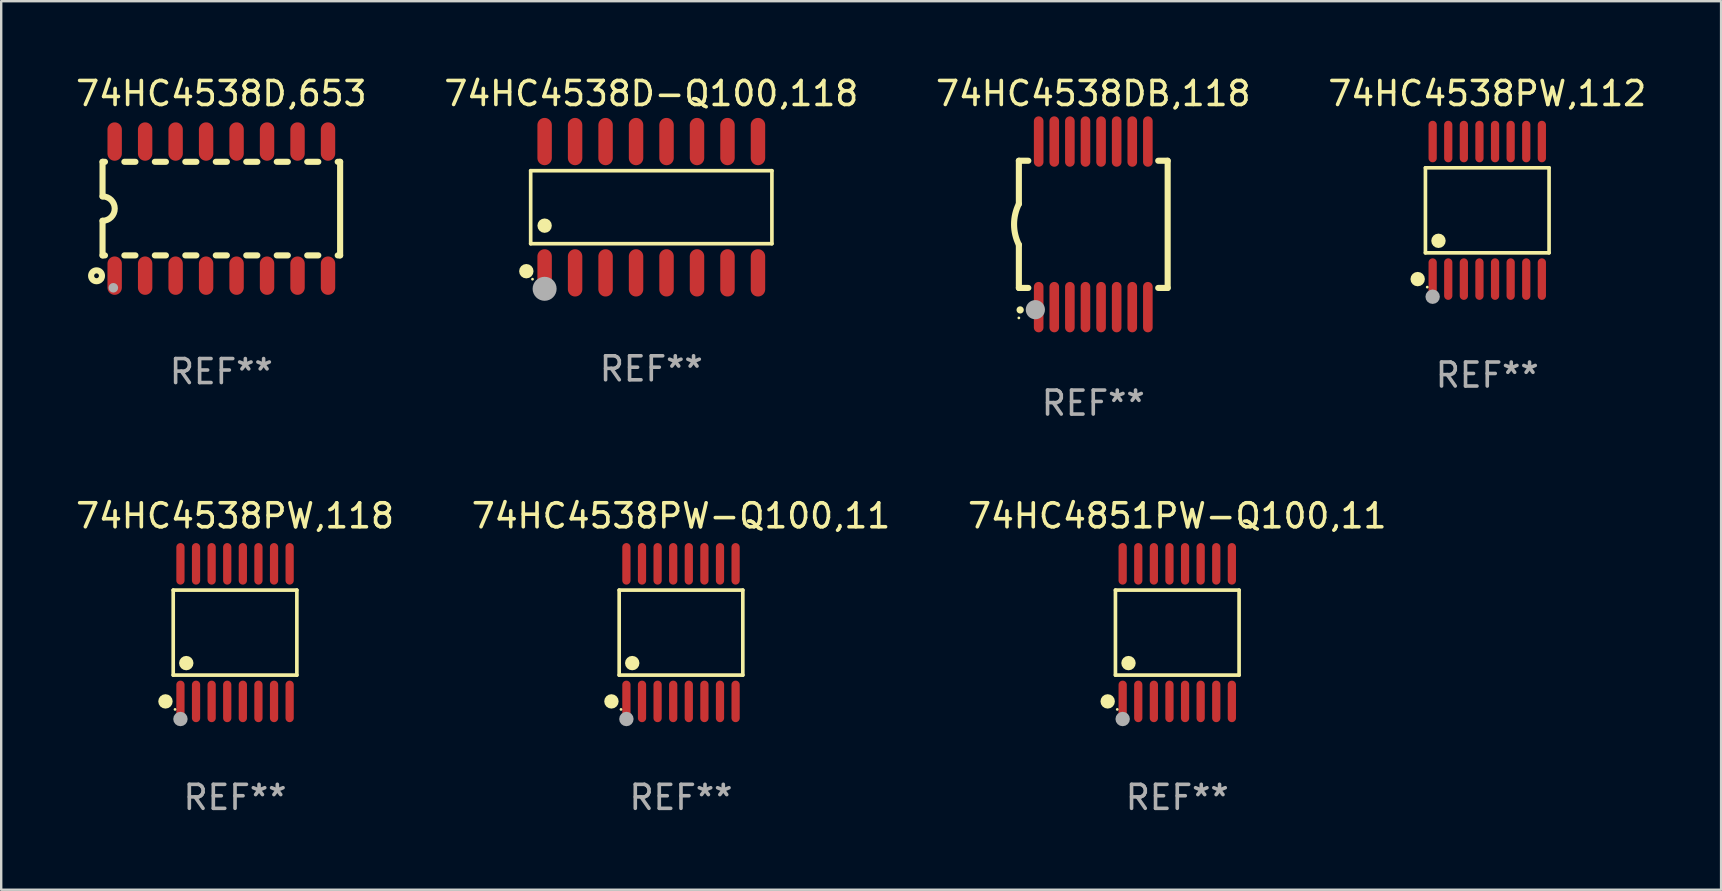
<source format=kicad_pcb>
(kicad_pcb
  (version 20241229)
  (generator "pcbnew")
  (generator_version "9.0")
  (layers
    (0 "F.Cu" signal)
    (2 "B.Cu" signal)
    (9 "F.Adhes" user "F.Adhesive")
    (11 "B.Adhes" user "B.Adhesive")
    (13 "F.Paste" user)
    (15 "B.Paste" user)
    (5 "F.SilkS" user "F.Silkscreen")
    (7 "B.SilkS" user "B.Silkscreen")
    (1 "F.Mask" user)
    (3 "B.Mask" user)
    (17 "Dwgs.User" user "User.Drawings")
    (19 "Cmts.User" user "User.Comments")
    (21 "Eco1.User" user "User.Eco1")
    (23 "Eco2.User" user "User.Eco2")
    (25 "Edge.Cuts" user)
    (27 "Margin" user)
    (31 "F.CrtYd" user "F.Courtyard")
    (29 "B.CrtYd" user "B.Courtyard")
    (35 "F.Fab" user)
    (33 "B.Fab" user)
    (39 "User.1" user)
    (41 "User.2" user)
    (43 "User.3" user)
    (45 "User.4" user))
  (footprint "74HC4538D,653"
    (layer "F.Cu")
    (at 6.173 5.642)
    (property "Reference" "74HC4538D,653" (at 0 -4.794 0) (layer "F.SilkS") (effects (font (size 1 1) (thickness 0.15))))
    (attr through_hole)
    (fp_line (start -4.95 -1.95) (end -4.95 -0.508) (stroke (width 0.254) (type solid)) (layer "F.SilkS"))
    (fp_line (start -4.95 -1.95) (end -4.849 -1.95) (stroke (width 0.254) (type solid)) (layer "F.SilkS"))
    (fp_line (start -4.95 1.95) (end -4.95 0.508) (stroke (width 0.254) (type solid)) (layer "F.SilkS"))
    (fp_line (start -4.95 1.95) (end -4.849 1.95) (stroke (width 0.254) (type solid)) (layer "F.SilkS"))
    (fp_line (start -4.041 -1.95) (end -3.579 -1.95) (stroke (width 0.254) (type solid)) (layer "F.SilkS"))
    (fp_line (start -4.041 1.95) (end -3.579 1.95) (stroke (width 0.254) (type solid)) (layer "F.SilkS"))
    (fp_line (start -2.771 -1.95) (end -2.309 -1.95) (stroke (width 0.254) (type solid)) (layer "F.SilkS"))
    (fp_line (start -2.771 1.95) (end -2.309 1.95) (stroke (width 0.254) (type solid)) (layer "F.SilkS"))
    (fp_line (start -1.501 -1.95) (end -1.039 -1.95) (stroke (width 0.254) (type solid)) (layer "F.SilkS"))
    (fp_line (start -1.501 1.95) (end -1.039 1.95) (stroke (width 0.254) (type solid)) (layer "F.SilkS"))
    (fp_line (start -0.231 -1.95) (end 0.231 -1.95) (stroke (width 0.254) (type solid)) (layer "F.SilkS"))
    (fp_line (start -0.231 1.95) (end 0.231 1.95) (stroke (width 0.254) (type solid)) (layer "F.SilkS"))
    (fp_line (start 1.039 -1.95) (end 1.501 -1.95) (stroke (width 0.254) (type solid)) (layer "F.SilkS"))
    (fp_line (start 1.039 1.95) (end 1.501 1.95) (stroke (width 0.254) (type solid)) (layer "F.SilkS"))
    (fp_line (start 2.309 -1.95) (end 2.771 -1.95) (stroke (width 0.254) (type solid)) (layer "F.SilkS"))
    (fp_line (start 2.309 1.95) (end 2.771 1.95) (stroke (width 0.254) (type solid)) (layer "F.SilkS"))
    (fp_line (start 3.579 -1.95) (end 4.041 -1.95) (stroke (width 0.254) (type solid)) (layer "F.SilkS"))
    (fp_line (start 3.579 1.95) (end 4.041 1.95) (stroke (width 0.254) (type solid)) (layer "F.SilkS"))
    (fp_line (start 4.849 -1.95) (end 4.95 -1.95) (stroke (width 0.254) (type solid)) (layer "F.SilkS"))
    (fp_line (start 4.849 1.95) (end 4.95 1.95) (stroke (width 0.254) (type solid)) (layer "F.SilkS"))
    (fp_line (start 4.95 -1.95) (end 4.95 1.95) (stroke (width 0.254) (type solid)) (layer "F.SilkS"))
    (fp_arc (start -4.95047 -0.508001) (mid -4.442469 -0.000228) (end -4.950013 0.508001) (stroke (width 0.254001) (type solid)) (layer "F.SilkS"))
    (fp_circle (center -5.2 2.8) (end -5.1 2.8) (stroke (width 0.254) (type solid)) (fill no) (layer "F.SilkS"))
    (fp_circle (center -4.95 2.947) (end -4.92 2.947) (stroke (width 0.06) (type solid)) (fill no) (layer "F.SilkS"))
    (fp_circle (center -4.5 3.3) (end -4.4 3.3) (stroke (width 0.2) (type solid)) (fill no) (layer "F.Fab"))
    (fp_text user "REF**" (at 0 6.794 0) (layer "F.Fab") (effects (font (size 1 1) (thickness 0.15))))
    (pad "1" smd oval (at -4.445 2.794) (size 0.6 1.6) (layers "F.Cu" "F.Mask" "F.Paste"))
    (pad "2" smd oval (at -3.175 2.794) (size 0.6 1.6) (layers "F.Cu" "F.Mask" "F.Paste"))
    (pad "3" smd oval (at -1.905 2.794) (size 0.6 1.6) (layers "F.Cu" "F.Mask" "F.Paste"))
    (pad "4" smd oval (at -0.635 2.794) (size 0.6 1.6) (layers "F.Cu" "F.Mask" "F.Paste"))
    (pad "5" smd oval (at 0.635 2.794) (size 0.6 1.6) (layers "F.Cu" "F.Mask" "F.Paste"))
    (pad "6" smd oval (at 1.905 2.794) (size 0.6 1.6) (layers "F.Cu" "F.Mask" "F.Paste"))
    (pad "7" smd oval (at 3.175 2.794) (size 0.6 1.6) (layers "F.Cu" "F.Mask" "F.Paste"))
    (pad "8" smd oval (at 4.445 2.794) (size 0.6 1.6) (layers "F.Cu" "F.Mask" "F.Paste"))
    (pad "9" smd oval (at 4.445 -2.794) (size 0.6 1.6) (layers "F.Cu" "F.Mask" "F.Paste"))
    (pad "10" smd oval (at 3.175 -2.794) (size 0.6 1.6) (layers "F.Cu" "F.Mask" "F.Paste"))
    (pad "11" smd oval (at 1.905 -2.794) (size 0.6 1.6) (layers "F.Cu" "F.Mask" "F.Paste"))
    (pad "12" smd oval (at 0.635 -2.794) (size 0.6 1.6) (layers "F.Cu" "F.Mask" "F.Paste"))
    (pad "13" smd oval (at -0.635 -2.794) (size 0.6 1.6) (layers "F.Cu" "F.Mask" "F.Paste"))
    (pad "14" smd oval (at -1.905 -2.794) (size 0.6 1.6) (layers "F.Cu" "F.Mask" "F.Paste"))
    (pad "15" smd oval (at -3.175 -2.794) (size 0.6 1.6) (layers "F.Cu" "F.Mask" "F.Paste"))
    (pad "16" smd oval (at -4.445 -2.794) (size 0.6 1.6) (layers "F.Cu" "F.Mask" "F.Paste")))
  (footprint "74HC4538DB,118"
    (layer "F.Cu")
    (at 42.506 6.298)
    (property "Reference" "74HC4538DB,118" (at 0 -5.45 0) (layer "F.SilkS") (effects (font (size 1 1) (thickness 0.15))))
    (attr through_hole)
    (fp_line (start -3.1 -2.65) (end -3.1 -0.85) (stroke (width 0.254) (type solid)) (layer "F.SilkS"))
    (fp_line (start -3.1 -2.65) (end -2.706 -2.65) (stroke (width 0.254) (type solid)) (layer "F.SilkS"))
    (fp_line (start -3.1 2.65) (end -3.1 0.85) (stroke (width 0.254) (type solid)) (layer "F.SilkS"))
    (fp_line (start -3.1 2.65) (end -2.706 2.65) (stroke (width 0.254) (type solid)) (layer "F.SilkS"))
    (fp_line (start 2.706 -2.65) (end 3.1 -2.65) (stroke (width 0.254) (type solid)) (layer "F.SilkS"))
    (fp_line (start 2.706 2.65) (end 3.1 2.65) (stroke (width 0.254) (type solid)) (layer "F.SilkS"))
    (fp_line (start 3.1 -2.65) (end 3.1 2.65) (stroke (width 0.254) (type solid)) (layer "F.SilkS"))
    (fp_arc (start -3.098907 0.850902) (mid -3.300057 0.000523) (end -3.1 -0.850114) (stroke (width 0.254001) (type solid)) (layer "F.SilkS"))
    (fp_arc (start -3.048006 3.566066) (mid -3.046736 3.566061) (end -3.045466 3.566066) (stroke (width 0.3) (type solid)) (layer "F.SilkS"))
    (fp_circle (center -3.1 3.9) (end -3.07 3.9) (stroke (width 0.06) (type solid)) (fill no) (layer "F.SilkS"))
    (fp_circle (center -2.413 3.556) (end -2.213 3.556) (stroke (width 0.4) (type solid)) (fill no) (layer "F.Fab"))
    (fp_text user "REF**" (at 0 7.45 0) (layer "F.Fab") (effects (font (size 1 1) (thickness 0.15))))
    (pad "1" smd oval (at -2.275 3.45 180) (size 0.4 2.1) (layers "F.Cu" "F.Mask" "F.Paste"))
    (pad "2" smd oval (at -1.625 3.45 180) (size 0.4 2.1) (layers "F.Cu" "F.Mask" "F.Paste"))
    (pad "3" smd oval (at -0.975 3.45 180) (size 0.4 2.1) (layers "F.Cu" "F.Mask" "F.Paste"))
    (pad "4" smd oval (at -0.325 3.45 180) (size 0.4 2.1) (layers "F.Cu" "F.Mask" "F.Paste"))
    (pad "5" smd oval (at 0.325 3.45 180) (size 0.4 2.1) (layers "F.Cu" "F.Mask" "F.Paste"))
    (pad "6" smd oval (at 0.975 3.45 180) (size 0.4 2.1) (layers "F.Cu" "F.Mask" "F.Paste"))
    (pad "7" smd oval (at 1.625 3.45 180) (size 0.4 2.1) (layers "F.Cu" "F.Mask" "F.Paste"))
    (pad "8" smd oval (at 2.275 3.45 180) (size 0.4 2.1) (layers "F.Cu" "F.Mask" "F.Paste"))
    (pad "9" smd oval (at 2.275 -3.45 180) (size 0.4 2.1) (layers "F.Cu" "F.Mask" "F.Paste"))
    (pad "10" smd oval (at 1.625 -3.45 180) (size 0.4 2.1) (layers "F.Cu" "F.Mask" "F.Paste"))
    (pad "11" smd oval (at 0.975 -3.45 180) (size 0.4 2.1) (layers "F.Cu" "F.Mask" "F.Paste"))
    (pad "12" smd oval (at 0.325 -3.45 180) (size 0.4 2.1) (layers "F.Cu" "F.Mask" "F.Paste"))
    (pad "13" smd oval (at -0.325 -3.45 180) (size 0.4 2.1) (layers "F.Cu" "F.Mask" "F.Paste"))
    (pad "14" smd oval (at -0.975 -3.45 180) (size 0.4 2.1) (layers "F.Cu" "F.Mask" "F.Paste"))
    (pad "15" smd oval (at -1.625 -3.45 180) (size 0.4 2.1) (layers "F.Cu" "F.Mask" "F.Paste"))
    (pad "16" smd oval (at -2.275 -3.45 180) (size 0.4 2.1) (layers "F.Cu" "F.Mask" "F.Paste")))
  (footprint "74HC4538PW,112"
    (layer "F.Cu")
    (at 58.923 5.714)
    (property "Reference" "74HC4538PW,112" (at 0 -4.866 0) (layer "F.SilkS") (effects (font (size 1 1) (thickness 0.15))))
    (attr through_hole)
    (fp_line (start -2.576 -1.772) (end 2.576 -1.772) (stroke (width 0.152) (type solid)) (layer "F.SilkS"))
    (fp_line (start -2.576 1.771) (end -2.576 -1.772) (stroke (width 0.152) (type solid)) (layer "F.SilkS"))
    (fp_line (start 2.576 -1.772) (end 2.576 1.771) (stroke (width 0.152) (type solid)) (layer "F.SilkS"))
    (fp_line (start 2.576 1.771) (end -2.576 1.771) (stroke (width 0.152) (type solid)) (layer "F.SilkS"))
    (fp_circle (center -2.899 2.866) (end -2.749 2.866) (stroke (width 0.3) (type solid)) (fill no) (layer "F.SilkS"))
    (fp_circle (center -2.5 3.2) (end -2.47 3.2) (stroke (width 0.06) (type solid)) (fill no) (layer "F.SilkS"))
    (fp_circle (center -2.032 1.27) (end -1.882 1.27) (stroke (width 0.3) (type solid)) (fill no) (layer "F.SilkS"))
    (fp_circle (center -2.275 3.6) (end -2.125 3.6) (stroke (width 0.3) (type solid)) (fill no) (layer "F.Fab"))
    (fp_text user "REF**" (at 0 6.866 0) (layer "F.Fab") (effects (font (size 1 1) (thickness 0.15))))
    (pad "1" smd oval (at -2.275 2.866) (size 0.343 1.731) (layers "F.Cu" "F.Mask" "F.Paste"))
    (pad "2" smd oval (at -1.625 2.866) (size 0.343 1.731) (layers "F.Cu" "F.Mask" "F.Paste"))
    (pad "3" smd oval (at -0.975 2.866) (size 0.343 1.731) (layers "F.Cu" "F.Mask" "F.Paste"))
    (pad "4" smd oval (at -0.325 2.866) (size 0.343 1.731) (layers "F.Cu" "F.Mask" "F.Paste"))
    (pad "5" smd oval (at 0.325 2.866) (size 0.343 1.731) (layers "F.Cu" "F.Mask" "F.Paste"))
    (pad "6" smd oval (at 0.975 2.866) (size 0.343 1.731) (layers "F.Cu" "F.Mask" "F.Paste"))
    (pad "7" smd oval (at 1.625 2.866) (size 0.343 1.731) (layers "F.Cu" "F.Mask" "F.Paste"))
    (pad "8" smd oval (at 2.275 2.866) (size 0.343 1.731) (layers "F.Cu" "F.Mask" "F.Paste"))
    (pad "9" smd oval (at 2.275 -2.866) (size 0.343 1.731) (layers "F.Cu" "F.Mask" "F.Paste"))
    (pad "10" smd oval (at 1.625 -2.866) (size 0.343 1.731) (layers "F.Cu" "F.Mask" "F.Paste"))
    (pad "11" smd oval (at 0.975 -2.866) (size 0.343 1.731) (layers "F.Cu" "F.Mask" "F.Paste"))
    (pad "12" smd oval (at 0.325 -2.866) (size 0.343 1.731) (layers "F.Cu" "F.Mask" "F.Paste"))
    (pad "13" smd oval (at -0.325 -2.866) (size 0.343 1.731) (layers "F.Cu" "F.Mask" "F.Paste"))
    (pad "14" smd oval (at -0.975 -2.866) (size 0.343 1.731) (layers "F.Cu" "F.Mask" "F.Paste"))
    (pad "15" smd oval (at -1.625 -2.866) (size 0.343 1.731) (layers "F.Cu" "F.Mask" "F.Paste"))
    (pad "16" smd oval (at -2.275 -2.866) (size 0.343 1.731) (layers "F.Cu" "F.Mask" "F.Paste")))
  (footprint "74HC4538PW,118"
    (layer "F.Cu")
    (at 6.744 23.311)
    (property "Reference" "74HC4538PW,118" (at 0 -4.866 0) (layer "F.SilkS") (effects (font (size 1 1) (thickness 0.15))))
    (attr through_hole)
    (fp_line (start -2.576 -1.772) (end 2.576 -1.772) (stroke (width 0.152) (type solid)) (layer "F.SilkS"))
    (fp_line (start -2.576 1.771) (end -2.576 -1.772) (stroke (width 0.152) (type solid)) (layer "F.SilkS"))
    (fp_line (start 2.576 -1.772) (end 2.576 1.771) (stroke (width 0.152) (type solid)) (layer "F.SilkS"))
    (fp_line (start 2.576 1.771) (end -2.576 1.771) (stroke (width 0.152) (type solid)) (layer "F.SilkS"))
    (fp_circle (center -2.899 2.866) (end -2.749 2.866) (stroke (width 0.3) (type solid)) (fill no) (layer "F.SilkS"))
    (fp_circle (center -2.5 3.2) (end -2.47 3.2) (stroke (width 0.06) (type solid)) (fill no) (layer "F.SilkS"))
    (fp_circle (center -2.032 1.27) (end -1.882 1.27) (stroke (width 0.3) (type solid)) (fill no) (layer "F.SilkS"))
    (fp_circle (center -2.275 3.6) (end -2.125 3.6) (stroke (width 0.3) (type solid)) (fill no) (layer "F.Fab"))
    (fp_text user "REF**" (at 0 6.866 0) (layer "F.Fab") (effects (font (size 1 1) (thickness 0.15))))
    (pad "1" smd oval (at -2.275 2.866) (size 0.343 1.731) (layers "F.Cu" "F.Mask" "F.Paste"))
    (pad "2" smd oval (at -1.625 2.866) (size 0.343 1.731) (layers "F.Cu" "F.Mask" "F.Paste"))
    (pad "3" smd oval (at -0.975 2.866) (size 0.343 1.731) (layers "F.Cu" "F.Mask" "F.Paste"))
    (pad "4" smd oval (at -0.325 2.866) (size 0.343 1.731) (layers "F.Cu" "F.Mask" "F.Paste"))
    (pad "5" smd oval (at 0.325 2.866) (size 0.343 1.731) (layers "F.Cu" "F.Mask" "F.Paste"))
    (pad "6" smd oval (at 0.975 2.866) (size 0.343 1.731) (layers "F.Cu" "F.Mask" "F.Paste"))
    (pad "7" smd oval (at 1.625 2.866) (size 0.343 1.731) (layers "F.Cu" "F.Mask" "F.Paste"))
    (pad "8" smd oval (at 2.275 2.866) (size 0.343 1.731) (layers "F.Cu" "F.Mask" "F.Paste"))
    (pad "9" smd oval (at 2.275 -2.866) (size 0.343 1.731) (layers "F.Cu" "F.Mask" "F.Paste"))
    (pad "10" smd oval (at 1.625 -2.866) (size 0.343 1.731) (layers "F.Cu" "F.Mask" "F.Paste"))
    (pad "11" smd oval (at 0.975 -2.866) (size 0.343 1.731) (layers "F.Cu" "F.Mask" "F.Paste"))
    (pad "12" smd oval (at 0.325 -2.866) (size 0.343 1.731) (layers "F.Cu" "F.Mask" "F.Paste"))
    (pad "13" smd oval (at -0.325 -2.866) (size 0.343 1.731) (layers "F.Cu" "F.Mask" "F.Paste"))
    (pad "14" smd oval (at -0.975 -2.866) (size 0.343 1.731) (layers "F.Cu" "F.Mask" "F.Paste"))
    (pad "15" smd oval (at -1.625 -2.866) (size 0.343 1.731) (layers "F.Cu" "F.Mask" "F.Paste"))
    (pad "16" smd oval (at -2.275 -2.866) (size 0.343 1.731) (layers "F.Cu" "F.Mask" "F.Paste")))
  (footprint "74HC4851PW-Q100,11"
    (layer "F.Cu")
    (at 46.006 23.311)
    (property "Reference" "74HC4851PW-Q100,11" (at 0 -4.866 0) (layer "F.SilkS") (effects (font (size 1 1) (thickness 0.15))))
    (attr through_hole)
    (fp_line (start -2.576 -1.772) (end 2.576 -1.772) (stroke (width 0.152) (type solid)) (layer "F.SilkS"))
    (fp_line (start -2.576 1.771) (end -2.576 -1.772) (stroke (width 0.152) (type solid)) (layer "F.SilkS"))
    (fp_line (start 2.576 -1.772) (end 2.576 1.771) (stroke (width 0.152) (type solid)) (layer "F.SilkS"))
    (fp_line (start 2.576 1.771) (end -2.576 1.771) (stroke (width 0.152) (type solid)) (layer "F.SilkS"))
    (fp_circle (center -2.899 2.866) (end -2.749 2.866) (stroke (width 0.3) (type solid)) (fill no) (layer "F.SilkS"))
    (fp_circle (center -2.5 3.2) (end -2.47 3.2) (stroke (width 0.06) (type solid)) (fill no) (layer "F.SilkS"))
    (fp_circle (center -2.032 1.27) (end -1.882 1.27) (stroke (width 0.3) (type solid)) (fill no) (layer "F.SilkS"))
    (fp_circle (center -2.275 3.6) (end -2.125 3.6) (stroke (width 0.3) (type solid)) (fill no) (layer "F.Fab"))
    (fp_text user "REF**" (at 0 6.866 0) (layer "F.Fab") (effects (font (size 1 1) (thickness 0.15))))
    (pad "1" smd oval (at -2.275 2.866) (size 0.343 1.731) (layers "F.Cu" "F.Mask" "F.Paste"))
    (pad "2" smd oval (at -1.625 2.866) (size 0.343 1.731) (layers "F.Cu" "F.Mask" "F.Paste"))
    (pad "3" smd oval (at -0.975 2.866) (size 0.343 1.731) (layers "F.Cu" "F.Mask" "F.Paste"))
    (pad "4" smd oval (at -0.325 2.866) (size 0.343 1.731) (layers "F.Cu" "F.Mask" "F.Paste"))
    (pad "5" smd oval (at 0.325 2.866) (size 0.343 1.731) (layers "F.Cu" "F.Mask" "F.Paste"))
    (pad "6" smd oval (at 0.975 2.866) (size 0.343 1.731) (layers "F.Cu" "F.Mask" "F.Paste"))
    (pad "7" smd oval (at 1.625 2.866) (size 0.343 1.731) (layers "F.Cu" "F.Mask" "F.Paste"))
    (pad "8" smd oval (at 2.275 2.866) (size 0.343 1.731) (layers "F.Cu" "F.Mask" "F.Paste"))
    (pad "9" smd oval (at 2.275 -2.866) (size 0.343 1.731) (layers "F.Cu" "F.Mask" "F.Paste"))
    (pad "10" smd oval (at 1.625 -2.866) (size 0.343 1.731) (layers "F.Cu" "F.Mask" "F.Paste"))
    (pad "11" smd oval (at 0.975 -2.866) (size 0.343 1.731) (layers "F.Cu" "F.Mask" "F.Paste"))
    (pad "12" smd oval (at 0.325 -2.866) (size 0.343 1.731) (layers "F.Cu" "F.Mask" "F.Paste"))
    (pad "13" smd oval (at -0.325 -2.866) (size 0.343 1.731) (layers "F.Cu" "F.Mask" "F.Paste"))
    (pad "14" smd oval (at -0.975 -2.866) (size 0.343 1.731) (layers "F.Cu" "F.Mask" "F.Paste"))
    (pad "15" smd oval (at -1.625 -2.866) (size 0.343 1.731) (layers "F.Cu" "F.Mask" "F.Paste"))
    (pad "16" smd oval (at -2.275 -2.866) (size 0.343 1.731) (layers "F.Cu" "F.Mask" "F.Paste")))
  (footprint "74HC4538PW-Q100,11"
    (layer "F.Cu")
    (at 25.327 23.311)
    (property "Reference" "74HC4538PW-Q100,11" (at 0 -4.866 0) (layer "F.SilkS") (effects (font (size 1 1) (thickness 0.15))))
    (attr through_hole)
    (fp_line (start -2.576 -1.772) (end 2.576 -1.772) (stroke (width 0.152) (type solid)) (layer "F.SilkS"))
    (fp_line (start -2.576 1.771) (end -2.576 -1.772) (stroke (width 0.152) (type solid)) (layer "F.SilkS"))
    (fp_line (start 2.576 -1.772) (end 2.576 1.771) (stroke (width 0.152) (type solid)) (layer "F.SilkS"))
    (fp_line (start 2.576 1.771) (end -2.576 1.771) (stroke (width 0.152) (type solid)) (layer "F.SilkS"))
    (fp_circle (center -2.899 2.866) (end -2.749 2.866) (stroke (width 0.3) (type solid)) (fill no) (layer "F.SilkS"))
    (fp_circle (center -2.5 3.2) (end -2.47 3.2) (stroke (width 0.06) (type solid)) (fill no) (layer "F.SilkS"))
    (fp_circle (center -2.032 1.27) (end -1.882 1.27) (stroke (width 0.3) (type solid)) (fill no) (layer "F.SilkS"))
    (fp_circle (center -2.275 3.6) (end -2.125 3.6) (stroke (width 0.3) (type solid)) (fill no) (layer "F.Fab"))
    (fp_text user "REF**" (at 0 6.866 0) (layer "F.Fab") (effects (font (size 1 1) (thickness 0.15))))
    (pad "1" smd oval (at -2.275 2.866) (size 0.343 1.731) (layers "F.Cu" "F.Mask" "F.Paste"))
    (pad "2" smd oval (at -1.625 2.866) (size 0.343 1.731) (layers "F.Cu" "F.Mask" "F.Paste"))
    (pad "3" smd oval (at -0.975 2.866) (size 0.343 1.731) (layers "F.Cu" "F.Mask" "F.Paste"))
    (pad "4" smd oval (at -0.325 2.866) (size 0.343 1.731) (layers "F.Cu" "F.Mask" "F.Paste"))
    (pad "5" smd oval (at 0.325 2.866) (size 0.343 1.731) (layers "F.Cu" "F.Mask" "F.Paste"))
    (pad "6" smd oval (at 0.975 2.866) (size 0.343 1.731) (layers "F.Cu" "F.Mask" "F.Paste"))
    (pad "7" smd oval (at 1.625 2.866) (size 0.343 1.731) (layers "F.Cu" "F.Mask" "F.Paste"))
    (pad "8" smd oval (at 2.275 2.866) (size 0.343 1.731) (layers "F.Cu" "F.Mask" "F.Paste"))
    (pad "9" smd oval (at 2.275 -2.866) (size 0.343 1.731) (layers "F.Cu" "F.Mask" "F.Paste"))
    (pad "10" smd oval (at 1.625 -2.866) (size 0.343 1.731) (layers "F.Cu" "F.Mask" "F.Paste"))
    (pad "11" smd oval (at 0.975 -2.866) (size 0.343 1.731) (layers "F.Cu" "F.Mask" "F.Paste"))
    (pad "12" smd oval (at 0.325 -2.866) (size 0.343 1.731) (layers "F.Cu" "F.Mask" "F.Paste"))
    (pad "13" smd oval (at -0.325 -2.866) (size 0.343 1.731) (layers "F.Cu" "F.Mask" "F.Paste"))
    (pad "14" smd oval (at -0.975 -2.866) (size 0.343 1.731) (layers "F.Cu" "F.Mask" "F.Paste"))
    (pad "15" smd oval (at -1.625 -2.866) (size 0.343 1.731) (layers "F.Cu" "F.Mask" "F.Paste"))
    (pad "16" smd oval (at -2.275 -2.866) (size 0.343 1.731) (layers "F.Cu" "F.Mask" "F.Paste")))
  (footprint "74HC4538D-Q100,118"
    (layer "F.Cu")
    (at 24.089 5.584)
    (property "Reference" "74HC4538D-Q100,118" (at 0 -4.736 0) (layer "F.SilkS") (effects (font (size 1 1) (thickness 0.15))))
    (attr through_hole)
    (fp_line (start -5.026 -1.521) (end 5.026 -1.521) (stroke (width 0.152) (type solid)) (layer "F.SilkS"))
    (fp_line (start -5.026 1.521) (end -5.026 -1.521) (stroke (width 0.152) (type solid)) (layer "F.SilkS"))
    (fp_line (start 5.026 -1.521) (end 5.026 1.521) (stroke (width 0.152) (type solid)) (layer "F.SilkS"))
    (fp_line (start 5.026 1.521) (end -5.026 1.521) (stroke (width 0.152) (type solid)) (layer "F.SilkS"))
    (fp_circle (center -5.207 2.667) (end -5.057 2.667) (stroke (width 0.3) (type solid)) (fill no) (layer "F.SilkS"))
    (fp_circle (center -4.95 3) (end -4.92 3) (stroke (width 0.06) (type solid)) (fill no) (layer "F.SilkS"))
    (fp_circle (center -4.445 0.769) (end -4.295 0.769) (stroke (width 0.3) (type solid)) (fill no) (layer "F.SilkS"))
    (fp_circle (center -4.445 3.4) (end -4.195 3.4) (stroke (width 0.5) (type solid)) (fill no) (layer "F.Fab"))
    (fp_text user "REF**" (at 0 6.736 0) (layer "F.Fab") (effects (font (size 1 1) (thickness 0.15))))
    (pad "1" smd oval (at -4.445 2.736) (size 0.602 1.971) (layers "F.Cu" "F.Mask" "F.Paste"))
    (pad "2" smd oval (at -3.175 2.736) (size 0.602 1.971) (layers "F.Cu" "F.Mask" "F.Paste"))
    (pad "3" smd oval (at -1.905 2.736) (size 0.602 1.971) (layers "F.Cu" "F.Mask" "F.Paste"))
    (pad "4" smd oval (at -0.635 2.736) (size 0.602 1.971) (layers "F.Cu" "F.Mask" "F.Paste"))
    (pad "5" smd oval (at 0.635 2.736) (size 0.602 1.971) (layers "F.Cu" "F.Mask" "F.Paste"))
    (pad "6" smd oval (at 1.905 2.736) (size 0.602 1.971) (layers "F.Cu" "F.Mask" "F.Paste"))
    (pad "7" smd oval (at 3.175 2.736) (size 0.602 1.971) (layers "F.Cu" "F.Mask" "F.Paste"))
    (pad "8" smd oval (at 4.445 2.736) (size 0.602 1.971) (layers "F.Cu" "F.Mask" "F.Paste"))
    (pad "9" smd oval (at 4.445 -2.736) (size 0.602 1.971) (layers "F.Cu" "F.Mask" "F.Paste"))
    (pad "10" smd oval (at 3.175 -2.736) (size 0.602 1.971) (layers "F.Cu" "F.Mask" "F.Paste"))
    (pad "11" smd oval (at 1.905 -2.736) (size 0.602 1.971) (layers "F.Cu" "F.Mask" "F.Paste"))
    (pad "12" smd oval (at 0.635 -2.736) (size 0.602 1.971) (layers "F.Cu" "F.Mask" "F.Paste"))
    (pad "13" smd oval (at -0.635 -2.736) (size 0.602 1.971) (layers "F.Cu" "F.Mask" "F.Paste"))
    (pad "14" smd oval (at -1.905 -2.736) (size 0.602 1.971) (layers "F.Cu" "F.Mask" "F.Paste"))
    (pad "15" smd oval (at -3.175 -2.736) (size 0.602 1.971) (layers "F.Cu" "F.Mask" "F.Paste"))
    (pad "16" smd oval (at -4.445 -2.736) (size 0.602 1.971) (layers "F.Cu" "F.Mask" "F.Paste")))
  (gr_rect
    (start -3 -3)
    (end 68.667 34.025)
    (stroke (width 0.1) (type default))
    (fill no)
    (layer "Edge.Cuts")))
</source>
